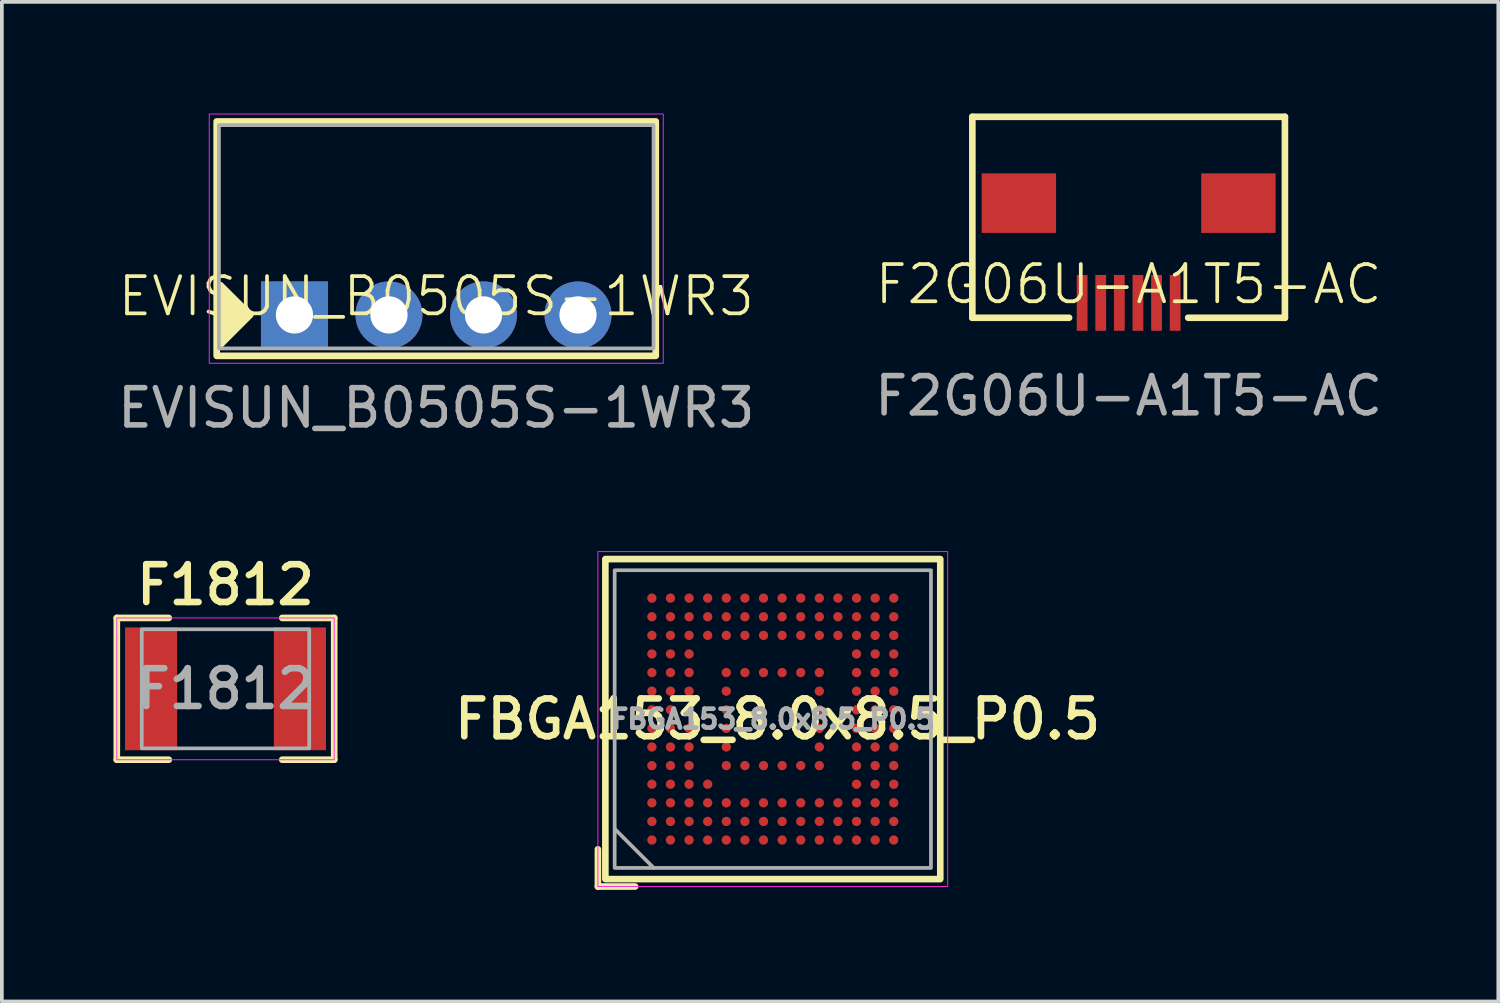
<source format=kicad_pcb>
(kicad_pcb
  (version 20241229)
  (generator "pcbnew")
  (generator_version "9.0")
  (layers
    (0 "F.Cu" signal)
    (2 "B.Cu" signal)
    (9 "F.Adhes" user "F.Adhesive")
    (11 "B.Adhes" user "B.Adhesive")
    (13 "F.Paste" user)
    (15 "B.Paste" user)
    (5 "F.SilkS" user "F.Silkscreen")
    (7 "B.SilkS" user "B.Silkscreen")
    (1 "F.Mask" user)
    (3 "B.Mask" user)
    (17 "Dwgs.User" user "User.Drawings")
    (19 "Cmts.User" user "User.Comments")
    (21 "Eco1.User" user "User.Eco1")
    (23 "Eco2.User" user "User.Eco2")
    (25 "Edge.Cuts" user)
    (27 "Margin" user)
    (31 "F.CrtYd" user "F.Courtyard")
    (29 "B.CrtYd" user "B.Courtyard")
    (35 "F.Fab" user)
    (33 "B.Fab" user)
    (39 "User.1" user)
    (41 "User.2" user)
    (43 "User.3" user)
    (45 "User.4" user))
  (footprint "F1812"
    (layer "F.Cu")
    (at 3.01 15.461)
    (property "Reference" "F1812" (at 0 -2.794 0) (unlocked yes) (layer "F.SilkS") (effects (font (size 1.016 1.016) (thickness 0.178))))
    (attr smd)
    (fp_line (start -2.921 -1.905) (end -1.524 -1.905) (stroke (width 0.178) (type solid)) (layer "F.SilkS"))
    (fp_line (start -2.921 1.905) (end -2.921 -1.905) (stroke (width 0.178) (type solid)) (layer "F.SilkS"))
    (fp_line (start -2.921 1.905) (end -1.524 1.905) (stroke (width 0.178) (type solid)) (layer "F.SilkS"))
    (fp_line (start 1.524 -1.905) (end 2.921 -1.905) (stroke (width 0.178) (type solid)) (layer "F.SilkS"))
    (fp_line (start 1.524 1.905) (end 2.921 1.905) (stroke (width 0.178) (type solid)) (layer "F.SilkS"))
    (fp_line (start 2.921 1.905) (end 2.921 -1.905) (stroke (width 0.178) (type solid)) (layer "F.SilkS"))
    (fp_rect (start -2.921 -1.905) (end 2.921 1.905) (stroke (width 0.025) (type solid)) (fill no) (layer "F.CrtYd"))
    (fp_rect (start -2.25 -1.6) (end 2.25 1.6) (stroke (width 0.1) (type solid)) (fill no) (layer "F.Fab"))
    (fp_text user "${REFERENCE}" (at 0 0 0) (unlocked yes) (layer "F.Fab") (effects (font (size 1.016 1.016) (thickness 0.178))))
    (pad "1" smd rect (at -2 0) (size 1.4 3.3) (layers "F.Cu" "F.Mask" "F.Paste"))
    (pad "2" smd rect (at 2 0) (size 1.4 3.3) (layers "F.Cu" "F.Mask" "F.Paste")))
  (footprint "FBGA153_8.0x8.5_P0.5"
    (layer "F.Cu")
    (at 17.718 16.274)
    (property "Reference" "FBGA153_8.0x8.5_P0.5" (at 0.127 0 0) (layer "F.SilkS") (effects (font (size 1.016 1.016) (thickness 0.178))))
    (attr smd)
    (fp_line (start -4.7 4.5) (end -4.7 3.5) (stroke (width 0.178) (type default)) (layer "F.SilkS"))
    (fp_line (start -4.7 4.5) (end -3.7 4.5) (stroke (width 0.178) (type solid)) (layer "F.SilkS"))
    (fp_rect (start -4.5 -4.3) (end 4.5 4.3) (stroke (width 0.178) (type default)) (fill no) (layer "F.SilkS"))
    (fp_rect (start -4.7 -4.5) (end 4.7 4.5) (stroke (width 0.025) (type solid)) (fill no) (layer "F.CrtYd"))
    (fp_line (start -3.2 4) (end -4.25 2.95) (stroke (width 0.1) (type solid)) (layer "F.Fab"))
    (fp_rect (start -4.25 -4) (end 4.25 4) (stroke (width 0.1) (type solid)) (fill no) (layer "F.Fab"))
    (fp_text user "${REFERENCE}" (at 0 0 0) (layer "F.Fab") (effects (font (size 0.508 0.508) (thickness 0.127))))
    (pad "A1" smd circle (at -3.25 3.25) (size 0.25 0.25) (layers "F.Cu" "F.Mask" "F.Paste"))
    (pad "A2" smd circle (at -3.25 2.75) (size 0.25 0.25) (layers "F.Cu" "F.Mask" "F.Paste"))
    (pad "A3" smd circle (at -3.25 2.25) (size 0.25 0.25) (layers "F.Cu" "F.Mask" "F.Paste"))
    (pad "A4" smd circle (at -3.25 1.75) (size 0.25 0.25) (layers "F.Cu" "F.Mask" "F.Paste"))
    (pad "A5" smd circle (at -3.25 1.25) (size 0.25 0.25) (layers "F.Cu" "F.Mask" "F.Paste"))
    (pad "A6" smd circle (at -3.25 0.75) (size 0.25 0.25) (layers "F.Cu" "F.Mask" "F.Paste"))
    (pad "A7" smd circle (at -3.25 0.25) (size 0.25 0.25) (layers "F.Cu" "F.Mask" "F.Paste"))
    (pad "A8" smd circle (at -3.25 -0.25) (size 0.25 0.25) (layers "F.Cu" "F.Mask" "F.Paste"))
    (pad "A9" smd circle (at -3.25 -0.75) (size 0.25 0.25) (layers "F.Cu" "F.Mask" "F.Paste"))
    (pad "A10" smd circle (at -3.25 -1.25) (size 0.25 0.25) (layers "F.Cu" "F.Mask" "F.Paste"))
    (pad "A11" smd circle (at -3.25 -1.75) (size 0.25 0.25) (layers "F.Cu" "F.Mask" "F.Paste"))
    (pad "A12" smd circle (at -3.25 -2.25) (size 0.25 0.25) (layers "F.Cu" "F.Mask" "F.Paste"))
    (pad "A13" smd circle (at -3.25 -2.75) (size 0.25 0.25) (layers "F.Cu" "F.Mask" "F.Paste"))
    (pad "A14" smd circle (at -3.25 -3.25) (size 0.25 0.25) (layers "F.Cu" "F.Mask" "F.Paste"))
    (pad "B1" smd circle (at -2.75 3.25) (size 0.25 0.25) (layers "F.Cu" "F.Mask" "F.Paste"))
    (pad "B2" smd circle (at -2.75 2.75) (size 0.25 0.25) (layers "F.Cu" "F.Mask" "F.Paste"))
    (pad "B3" smd circle (at -2.75 2.25) (size 0.25 0.25) (layers "F.Cu" "F.Mask" "F.Paste"))
    (pad "B4" smd circle (at -2.75 1.75) (size 0.25 0.25) (layers "F.Cu" "F.Mask" "F.Paste"))
    (pad "B5" smd circle (at -2.75 1.25) (size 0.25 0.25) (layers "F.Cu" "F.Mask" "F.Paste"))
    (pad "B6" smd circle (at -2.75 0.75) (size 0.25 0.25) (layers "F.Cu" "F.Mask" "F.Paste"))
    (pad "B7" smd circle (at -2.75 0.25) (size 0.25 0.25) (layers "F.Cu" "F.Mask" "F.Paste"))
    (pad "B8" smd circle (at -2.75 -0.25) (size 0.25 0.25) (layers "F.Cu" "F.Mask" "F.Paste"))
    (pad "B9" smd circle (at -2.75 -0.75) (size 0.25 0.25) (layers "F.Cu" "F.Mask" "F.Paste"))
    (pad "B10" smd circle (at -2.75 -1.25) (size 0.25 0.25) (layers "F.Cu" "F.Mask" "F.Paste"))
    (pad "B11" smd circle (at -2.75 -1.75) (size 0.25 0.25) (layers "F.Cu" "F.Mask" "F.Paste"))
    (pad "B12" smd circle (at -2.75 -2.25) (size 0.25 0.25) (layers "F.Cu" "F.Mask" "F.Paste"))
    (pad "B13" smd circle (at -2.75 -2.75) (size 0.25 0.25) (layers "F.Cu" "F.Mask" "F.Paste"))
    (pad "B14" smd circle (at -2.75 -3.25) (size 0.25 0.25) (layers "F.Cu" "F.Mask" "F.Paste"))
    (pad "C1" smd circle (at -2.25 3.25) (size 0.25 0.25) (layers "F.Cu" "F.Mask" "F.Paste"))
    (pad "C2" smd circle (at -2.25 2.75) (size 0.25 0.25) (layers "F.Cu" "F.Mask" "F.Paste"))
    (pad "C3" smd circle (at -2.25 2.25) (size 0.25 0.25) (layers "F.Cu" "F.Mask" "F.Paste"))
    (pad "C4" smd circle (at -2.25 1.75) (size 0.25 0.25) (layers "F.Cu" "F.Mask" "F.Paste"))
    (pad "C5" smd circle (at -2.25 1.25) (size 0.25 0.25) (layers "F.Cu" "F.Mask" "F.Paste"))
    (pad "C6" smd circle (at -2.25 0.75) (size 0.25 0.25) (layers "F.Cu" "F.Mask" "F.Paste"))
    (pad "C7" smd circle (at -2.25 0.25) (size 0.25 0.25) (layers "F.Cu" "F.Mask" "F.Paste"))
    (pad "C8" smd circle (at -2.25 -0.25) (size 0.25 0.25) (layers "F.Cu" "F.Mask" "F.Paste"))
    (pad "C9" smd circle (at -2.25 -0.75) (size 0.25 0.25) (layers "F.Cu" "F.Mask" "F.Paste"))
    (pad "C10" smd circle (at -2.25 -1.25) (size 0.25 0.25) (layers "F.Cu" "F.Mask" "F.Paste"))
    (pad "C11" smd circle (at -2.25 -1.75) (size 0.25 0.25) (layers "F.Cu" "F.Mask" "F.Paste"))
    (pad "C12" smd circle (at -2.25 -2.25) (size 0.25 0.25) (layers "F.Cu" "F.Mask" "F.Paste"))
    (pad "C13" smd circle (at -2.25 -2.75) (size 0.25 0.25) (layers "F.Cu" "F.Mask" "F.Paste"))
    (pad "C14" smd circle (at -2.25 -3.25) (size 0.25 0.25) (layers "F.Cu" "F.Mask" "F.Paste"))
    (pad "D1" smd circle (at -1.75 3.25) (size 0.25 0.25) (layers "F.Cu" "F.Mask" "F.Paste"))
    (pad "D2" smd circle (at -1.75 2.75) (size 0.25 0.25) (layers "F.Cu" "F.Mask" "F.Paste"))
    (pad "D3" smd circle (at -1.75 2.25) (size 0.25 0.25) (layers "F.Cu" "F.Mask" "F.Paste"))
    (pad "D4" smd circle (at -1.75 1.75) (size 0.25 0.25) (layers "F.Cu" "F.Mask" "F.Paste"))
    (pad "D12" smd circle (at -1.75 -2.25) (size 0.25 0.25) (layers "F.Cu" "F.Mask" "F.Paste"))
    (pad "D13" smd circle (at -1.75 -2.75) (size 0.25 0.25) (layers "F.Cu" "F.Mask" "F.Paste"))
    (pad "D14" smd circle (at -1.75 -3.25) (size 0.25 0.25) (layers "F.Cu" "F.Mask" "F.Paste"))
    (pad "E1" smd circle (at -1.25 3.25) (size 0.25 0.25) (layers "F.Cu" "F.Mask" "F.Paste"))
    (pad "E2" smd circle (at -1.25 2.75) (size 0.25 0.25) (layers "F.Cu" "F.Mask" "F.Paste"))
    (pad "E3" smd circle (at -1.25 2.25) (size 0.25 0.25) (layers "F.Cu" "F.Mask" "F.Paste"))
    (pad "E5" smd circle (at -1.25 1.25) (size 0.25 0.25) (layers "F.Cu" "F.Mask" "F.Paste"))
    (pad "E6" smd circle (at -1.25 0.75) (size 0.25 0.25) (layers "F.Cu" "F.Mask" "F.Paste"))
    (pad "E7" smd circle (at -1.25 0.25) (size 0.25 0.25) (layers "F.Cu" "F.Mask" "F.Paste"))
    (pad "E8" smd circle (at -1.25 -0.25) (size 0.25 0.25) (layers "F.Cu" "F.Mask" "F.Paste"))
    (pad "E9" smd circle (at -1.25 -0.75) (size 0.25 0.25) (layers "F.Cu" "F.Mask" "F.Paste"))
    (pad "E10" smd circle (at -1.25 -1.25) (size 0.25 0.25) (layers "F.Cu" "F.Mask" "F.Paste"))
    (pad "E12" smd circle (at -1.25 -2.25) (size 0.25 0.25) (layers "F.Cu" "F.Mask" "F.Paste"))
    (pad "E13" smd circle (at -1.25 -2.75) (size 0.25 0.25) (layers "F.Cu" "F.Mask" "F.Paste"))
    (pad "E14" smd circle (at -1.25 -3.25) (size 0.25 0.25) (layers "F.Cu" "F.Mask" "F.Paste"))
    (pad "F1" smd circle (at -0.75 3.25) (size 0.25 0.25) (layers "F.Cu" "F.Mask" "F.Paste"))
    (pad "F2" smd circle (at -0.75 2.75) (size 0.25 0.25) (layers "F.Cu" "F.Mask" "F.Paste"))
    (pad "F3" smd circle (at -0.75 2.25) (size 0.25 0.25) (layers "F.Cu" "F.Mask" "F.Paste"))
    (pad "F5" smd circle (at -0.75 1.25) (size 0.25 0.25) (layers "F.Cu" "F.Mask" "F.Paste"))
    (pad "F10" smd circle (at -0.75 -1.25) (size 0.25 0.25) (layers "F.Cu" "F.Mask" "F.Paste"))
    (pad "F12" smd circle (at -0.75 -2.25) (size 0.25 0.25) (layers "F.Cu" "F.Mask" "F.Paste"))
    (pad "F13" smd circle (at -0.75 -2.75) (size 0.25 0.25) (layers "F.Cu" "F.Mask" "F.Paste"))
    (pad "F14" smd circle (at -0.75 -3.25) (size 0.25 0.25) (layers "F.Cu" "F.Mask" "F.Paste"))
    (pad "G1" smd circle (at -0.25 3.25) (size 0.25 0.25) (layers "F.Cu" "F.Mask" "F.Paste"))
    (pad "G2" smd circle (at -0.25 2.75) (size 0.25 0.25) (layers "F.Cu" "F.Mask" "F.Paste"))
    (pad "G3" smd circle (at -0.25 2.25) (size 0.25 0.25) (layers "F.Cu" "F.Mask" "F.Paste"))
    (pad "G5" smd circle (at -0.25 1.25) (size 0.25 0.25) (layers "F.Cu" "F.Mask" "F.Paste"))
    (pad "G10" smd circle (at -0.25 -1.25) (size 0.25 0.25) (layers "F.Cu" "F.Mask" "F.Paste"))
    (pad "G12" smd circle (at -0.25 -2.25) (size 0.25 0.25) (layers "F.Cu" "F.Mask" "F.Paste"))
    (pad "G13" smd circle (at -0.25 -2.75) (size 0.25 0.25) (layers "F.Cu" "F.Mask" "F.Paste"))
    (pad "G14" smd circle (at -0.25 -3.25) (size 0.25 0.25) (layers "F.Cu" "F.Mask" "F.Paste"))
    (pad "H1" smd circle (at 0.25 3.25) (size 0.25 0.25) (layers "F.Cu" "F.Mask" "F.Paste"))
    (pad "H2" smd circle (at 0.25 2.75) (size 0.25 0.25) (layers "F.Cu" "F.Mask" "F.Paste"))
    (pad "H3" smd circle (at 0.25 2.25) (size 0.25 0.25) (layers "F.Cu" "F.Mask" "F.Paste"))
    (pad "H5" smd circle (at 0.25 1.25) (size 0.25 0.25) (layers "F.Cu" "F.Mask" "F.Paste"))
    (pad "H10" smd circle (at 0.25 -1.25) (size 0.25 0.25) (layers "F.Cu" "F.Mask" "F.Paste"))
    (pad "H12" smd circle (at 0.25 -2.25) (size 0.25 0.25) (layers "F.Cu" "F.Mask" "F.Paste"))
    (pad "H13" smd circle (at 0.25 -2.75) (size 0.25 0.25) (layers "F.Cu" "F.Mask" "F.Paste"))
    (pad "H14" smd circle (at 0.25 -3.25) (size 0.25 0.25) (layers "F.Cu" "F.Mask" "F.Paste"))
    (pad "J1" smd circle (at 0.75 3.25) (size 0.25 0.25) (layers "F.Cu" "F.Mask" "F.Paste"))
    (pad "J2" smd circle (at 0.75 2.75) (size 0.25 0.25) (layers "F.Cu" "F.Mask" "F.Paste"))
    (pad "J3" smd circle (at 0.75 2.25) (size 0.25 0.25) (layers "F.Cu" "F.Mask" "F.Paste"))
    (pad "J5" smd circle (at 0.75 1.25) (size 0.25 0.25) (layers "F.Cu" "F.Mask" "F.Paste"))
    (pad "J10" smd circle (at 0.75 -1.25) (size 0.25 0.25) (layers "F.Cu" "F.Mask" "F.Paste"))
    (pad "J12" smd circle (at 0.75 -2.25) (size 0.25 0.25) (layers "F.Cu" "F.Mask" "F.Paste"))
    (pad "J13" smd circle (at 0.75 -2.75) (size 0.25 0.25) (layers "F.Cu" "F.Mask" "F.Paste"))
    (pad "J14" smd circle (at 0.75 -3.25) (size 0.25 0.25) (layers "F.Cu" "F.Mask" "F.Paste"))
    (pad "K1" smd circle (at 1.25 3.25) (size 0.25 0.25) (layers "F.Cu" "F.Mask" "F.Paste"))
    (pad "K2" smd circle (at 1.25 2.75) (size 0.25 0.25) (layers "F.Cu" "F.Mask" "F.Paste"))
    (pad "K3" smd circle (at 1.25 2.25) (size 0.25 0.25) (layers "F.Cu" "F.Mask" "F.Paste"))
    (pad "K5" smd circle (at 1.25 1.25) (size 0.25 0.25) (layers "F.Cu" "F.Mask" "F.Paste"))
    (pad "K6" smd circle (at 1.25 0.75) (size 0.25 0.25) (layers "F.Cu" "F.Mask" "F.Paste"))
    (pad "K7" smd circle (at 1.25 0.25) (size 0.25 0.25) (layers "F.Cu" "F.Mask" "F.Paste"))
    (pad "K8" smd circle (at 1.25 -0.25) (size 0.25 0.25) (layers "F.Cu" "F.Mask" "F.Paste"))
    (pad "K9" smd circle (at 1.25 -0.75) (size 0.25 0.25) (layers "F.Cu" "F.Mask" "F.Paste"))
    (pad "K10" smd circle (at 1.25 -1.25) (size 0.25 0.25) (layers "F.Cu" "F.Mask" "F.Paste"))
    (pad "K12" smd circle (at 1.25 -2.25) (size 0.25 0.25) (layers "F.Cu" "F.Mask" "F.Paste"))
    (pad "K13" smd circle (at 1.25 -2.75) (size 0.25 0.25) (layers "F.Cu" "F.Mask" "F.Paste"))
    (pad "K14" smd circle (at 1.25 -3.25) (size 0.25 0.25) (layers "F.Cu" "F.Mask" "F.Paste"))
    (pad "L1" smd circle (at 1.75 3.25) (size 0.25 0.25) (layers "F.Cu" "F.Mask" "F.Paste"))
    (pad "L2" smd circle (at 1.75 2.75) (size 0.25 0.25) (layers "F.Cu" "F.Mask" "F.Paste"))
    (pad "L3" smd circle (at 1.75 2.25) (size 0.25 0.25) (layers "F.Cu" "F.Mask" "F.Paste"))
    (pad "L12" smd circle (at 1.75 -2.25) (size 0.25 0.25) (layers "F.Cu" "F.Mask" "F.Paste"))
    (pad "L13" smd circle (at 1.75 -2.75) (size 0.25 0.25) (layers "F.Cu" "F.Mask" "F.Paste"))
    (pad "L14" smd circle (at 1.75 -3.25) (size 0.25 0.25) (layers "F.Cu" "F.Mask" "F.Paste"))
    (pad "M1" smd circle (at 2.25 3.25) (size 0.25 0.25) (layers "F.Cu" "F.Mask" "F.Paste"))
    (pad "M2" smd circle (at 2.25 2.75) (size 0.25 0.25) (layers "F.Cu" "F.Mask" "F.Paste"))
    (pad "M3" smd circle (at 2.25 2.25) (size 0.25 0.25) (layers "F.Cu" "F.Mask" "F.Paste"))
    (pad "M4" smd circle (at 2.25 1.75) (size 0.25 0.25) (layers "F.Cu" "F.Mask" "F.Paste"))
    (pad "M5" smd circle (at 2.25 1.25) (size 0.25 0.25) (layers "F.Cu" "F.Mask" "F.Paste"))
    (pad "M6" smd circle (at 2.25 0.75) (size 0.25 0.25) (layers "F.Cu" "F.Mask" "F.Paste"))
    (pad "M7" smd circle (at 2.25 0.25) (size 0.25 0.25) (layers "F.Cu" "F.Mask" "F.Paste"))
    (pad "M8" smd circle (at 2.25 -0.25) (size 0.25 0.25) (layers "F.Cu" "F.Mask" "F.Paste"))
    (pad "M9" smd circle (at 2.25 -0.75) (size 0.25 0.25) (layers "F.Cu" "F.Mask" "F.Paste"))
    (pad "M10" smd circle (at 2.25 -1.25) (size 0.25 0.25) (layers "F.Cu" "F.Mask" "F.Paste"))
    (pad "M11" smd circle (at 2.25 -1.75) (size 0.25 0.25) (layers "F.Cu" "F.Mask" "F.Paste"))
    (pad "M12" smd circle (at 2.25 -2.25) (size 0.25 0.25) (layers "F.Cu" "F.Mask" "F.Paste"))
    (pad "M13" smd circle (at 2.25 -2.75) (size 0.25 0.25) (layers "F.Cu" "F.Mask" "F.Paste"))
    (pad "M14" smd circle (at 2.25 -3.25) (size 0.25 0.25) (layers "F.Cu" "F.Mask" "F.Paste"))
    (pad "N1" smd circle (at 2.75 3.25) (size 0.25 0.25) (layers "F.Cu" "F.Mask" "F.Paste"))
    (pad "N2" smd circle (at 2.75 2.75) (size 0.25 0.25) (layers "F.Cu" "F.Mask" "F.Paste"))
    (pad "N3" smd circle (at 2.75 2.25) (size 0.25 0.25) (layers "F.Cu" "F.Mask" "F.Paste"))
    (pad "N4" smd circle (at 2.75 1.75) (size 0.25 0.25) (layers "F.Cu" "F.Mask" "F.Paste"))
    (pad "N5" smd circle (at 2.75 1.25) (size 0.25 0.25) (layers "F.Cu" "F.Mask" "F.Paste"))
    (pad "N6" smd circle (at 2.75 0.75) (size 0.25 0.25) (layers "F.Cu" "F.Mask" "F.Paste"))
    (pad "N7" smd circle (at 2.75 0.25) (size 0.25 0.25) (layers "F.Cu" "F.Mask" "F.Paste"))
    (pad "N8" smd circle (at 2.75 -0.25) (size 0.25 0.25) (layers "F.Cu" "F.Mask" "F.Paste"))
    (pad "N9" smd circle (at 2.75 -0.75) (size 0.25 0.25) (layers "F.Cu" "F.Mask" "F.Paste"))
    (pad "N10" smd circle (at 2.75 -1.25) (size 0.25 0.25) (layers "F.Cu" "F.Mask" "F.Paste"))
    (pad "N11" smd circle (at 2.75 -1.75) (size 0.25 0.25) (layers "F.Cu" "F.Mask" "F.Paste"))
    (pad "N12" smd circle (at 2.75 -2.25) (size 0.25 0.25) (layers "F.Cu" "F.Mask" "F.Paste"))
    (pad "N13" smd circle (at 2.75 -2.75) (size 0.25 0.25) (layers "F.Cu" "F.Mask" "F.Paste"))
    (pad "N14" smd circle (at 2.75 -3.25) (size 0.25 0.25) (layers "F.Cu" "F.Mask" "F.Paste"))
    (pad "P1" smd circle (at 3.25 3.25) (size 0.25 0.25) (layers "F.Cu" "F.Mask" "F.Paste"))
    (pad "P2" smd circle (at 3.25 2.75) (size 0.25 0.25) (layers "F.Cu" "F.Mask" "F.Paste"))
    (pad "P3" smd circle (at 3.25 2.25) (size 0.25 0.25) (layers "F.Cu" "F.Mask" "F.Paste"))
    (pad "P4" smd circle (at 3.25 1.75) (size 0.25 0.25) (layers "F.Cu" "F.Mask" "F.Paste"))
    (pad "P5" smd circle (at 3.25 1.25) (size 0.25 0.25) (layers "F.Cu" "F.Mask" "F.Paste"))
    (pad "P6" smd circle (at 3.25 0.75) (size 0.25 0.25) (layers "F.Cu" "F.Mask" "F.Paste"))
    (pad "P7" smd circle (at 3.25 0.25) (size 0.25 0.25) (layers "F.Cu" "F.Mask" "F.Paste"))
    (pad "P8" smd circle (at 3.25 -0.25) (size 0.25 0.25) (layers "F.Cu" "F.Mask" "F.Paste"))
    (pad "P9" smd circle (at 3.25 -0.75) (size 0.25 0.25) (layers "F.Cu" "F.Mask" "F.Paste"))
    (pad "P10" smd circle (at 3.25 -1.25) (size 0.25 0.25) (layers "F.Cu" "F.Mask" "F.Paste"))
    (pad "P11" smd circle (at 3.25 -1.75) (size 0.25 0.25) (layers "F.Cu" "F.Mask" "F.Paste"))
    (pad "P12" smd circle (at 3.25 -2.25) (size 0.25 0.25) (layers "F.Cu" "F.Mask" "F.Paste"))
    (pad "P13" smd circle (at 3.25 -2.75) (size 0.25 0.25) (layers "F.Cu" "F.Mask" "F.Paste"))
    (pad "P14" smd circle (at 3.25 -3.25) (size 0.25 0.25) (layers "F.Cu" "F.Mask" "F.Paste")))
  (footprint "F2G06U-A1T5-AC"
    (layer "F.Cu")
    (at 27.28 5.089)
    (property "Reference" "F2G06U-A1T5-AC" (at 0 -0.5 0) (unlocked yes) (layer "F.SilkS") (effects (font (size 1 1) (thickness 0.1))))
    (attr smd)
    (fp_line (start -4.2 -5) (end 4.2 -5) (stroke (width 0.178) (type solid)) (layer "F.SilkS"))
    (fp_line (start -4.2 0.4) (end -4.2 -5) (stroke (width 0.178) (type solid)) (layer "F.SilkS"))
    (fp_line (start -1.6 0.4) (end -4.2 0.4) (stroke (width 0.178) (type solid)) (layer "F.SilkS"))
    (fp_line (start 4.2 -5) (end 4.2 0.4) (stroke (width 0.178) (type solid)) (layer "F.SilkS"))
    (fp_line (start 4.2 0.4) (end 1.6 0.4) (stroke (width 0.178) (type solid)) (layer "F.SilkS"))
    (fp_text user "${REFERENCE}" (at 0 2.5 0) (unlocked yes) (layer "F.Fab") (effects (font (size 1 1) (thickness 0.15))))
    (pad "1" smd rect (at -1.25 0) (size 0.29 1.5) (layers "F.Cu" "F.Mask" "F.Paste"))
    (pad "2" smd rect (at -0.75 0) (size 0.29 1.5) (layers "F.Cu" "F.Mask" "F.Paste"))
    (pad "3" smd rect (at -0.25 0) (size 0.29 1.5) (layers "F.Cu" "F.Mask" "F.Paste"))
    (pad "4" smd rect (at 0.25 0) (size 0.29 1.5) (layers "F.Cu" "F.Mask" "F.Paste"))
    (pad "5" smd rect (at 0.75 0) (size 0.29 1.5) (layers "F.Cu" "F.Mask" "F.Paste"))
    (pad "6" smd rect (at 1.25 0) (size 0.29 1.5) (layers "F.Cu" "F.Mask" "F.Paste"))
    (pad "SH" smd rect (at -2.95 -2.68) (size 2 1.6) (layers "F.Cu" "F.Mask" "F.Paste"))
    (pad "SH" smd rect (at 2.95 -2.68) (size 2 1.6) (layers "F.Cu" "F.Mask" "F.Paste")))
  (footprint "EVISUN_B0505S-1WR3"
    (layer "F.Cu")
    (at 8.673 5.413)
    (property "Reference" "EVISUN_B0505S-1WR3" (at 0 -0.5 0) (unlocked yes) (layer "F.SilkS") (effects (font (size 1 1) (thickness 0.1))))
    (attr through_hole)
    (fp_rect (start -5.9 -5.2) (end 5.9 1.1) (stroke (width 0.178) (type solid)) (fill no) (layer "F.SilkS"))
    (fp_poly (pts (xy -5 0) (xy -5.8 -0.8) (xy -5.8 0.8)) (stroke (width 0.178) (type solid)) (fill yes) (layer "F.SilkS"))
    (fp_rect (start -6.1 -5.4) (end 6.1 1.3) (stroke (width 0.025) (type solid)) (fill no) (layer "F.CrtYd"))
    (fp_rect (start -5.84 -5.1) (end 5.84 0.9) (stroke (width 0.1) (type solid)) (fill no) (layer "F.Fab"))
    (fp_text user "${REFERENCE}" (at 0 2.5 0) (unlocked yes) (layer "F.Fab") (effects (font (size 1 1) (thickness 0.15))))
    (pad "1" thru_hole rect (at -3.81 0) (size 1.8 1.8) (drill 1) (layers "*.Cu" "*.Mask"))
    (pad "2" thru_hole circle (at -1.27 0) (size 1.8 1.8) (drill 1) (layers "*.Cu" "*.Mask"))
    (pad "3" thru_hole circle (at 1.27 0) (size 1.8 1.8) (drill 1) (layers "*.Cu" "*.Mask"))
    (pad "4" thru_hole circle (at 3.81 0) (size 1.8 1.8) (drill 1) (layers "*.Cu" "*.Mask")))
  (gr_rect
    (start -3 -3)
    (end 37.214 23.863)
    (stroke (width 0.1) (type default))
    (fill no)
    (layer "Edge.Cuts")))
</source>
